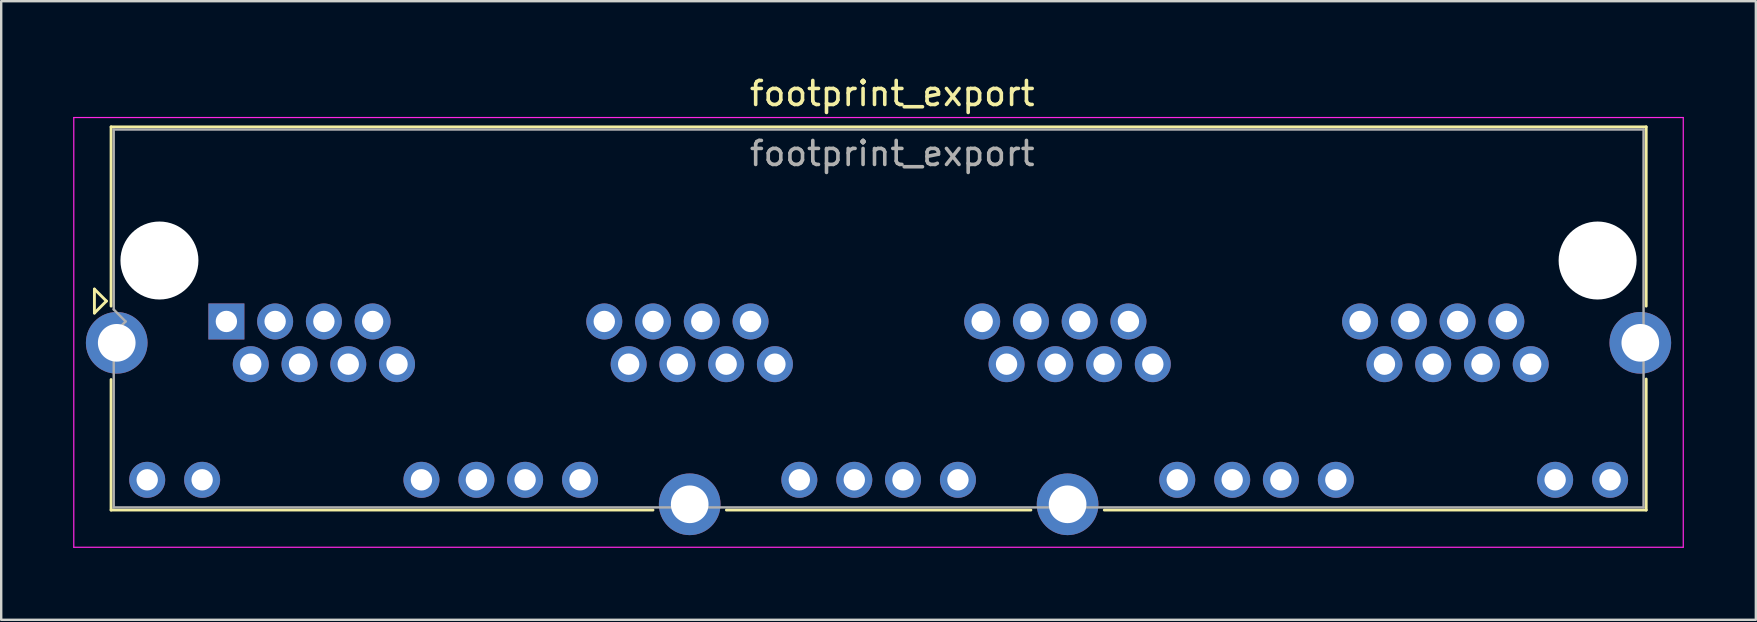
<source format=kicad_pcb>
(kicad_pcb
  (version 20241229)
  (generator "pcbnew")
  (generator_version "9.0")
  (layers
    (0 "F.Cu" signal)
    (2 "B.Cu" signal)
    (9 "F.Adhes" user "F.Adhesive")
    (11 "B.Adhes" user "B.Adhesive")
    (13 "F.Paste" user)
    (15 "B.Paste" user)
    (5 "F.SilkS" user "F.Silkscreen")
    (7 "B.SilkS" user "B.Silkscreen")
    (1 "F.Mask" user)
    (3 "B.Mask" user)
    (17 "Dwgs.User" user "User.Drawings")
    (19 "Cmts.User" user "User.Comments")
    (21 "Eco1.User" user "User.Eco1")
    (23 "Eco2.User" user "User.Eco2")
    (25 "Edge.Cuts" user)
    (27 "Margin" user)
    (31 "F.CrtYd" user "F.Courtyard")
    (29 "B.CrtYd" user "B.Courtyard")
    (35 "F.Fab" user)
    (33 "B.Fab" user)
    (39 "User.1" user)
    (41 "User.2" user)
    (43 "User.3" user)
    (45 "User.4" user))
  (footprint "footprint_export"
    (layer "F.Cu")
    (at 6.385 10.348)
    (property "Reference" "footprint_export" (at 27.75 -9.5 0) (layer "F.SilkS") (effects (font (size 1 1) (thickness 0.15))))
    (attr through_hole)
    (fp_line (start -5.5 -1.35) (end -5 -0.85) (stroke (width 0.12) (type solid)) (layer "F.SilkS"))
    (fp_line (start -5.5 -0.35) (end -5.5 -1.35) (stroke (width 0.12) (type solid)) (layer "F.SilkS"))
    (fp_line (start -5 -0.85) (end -5.5 -0.35) (stroke (width 0.12) (type solid)) (layer "F.SilkS"))
    (fp_line (start -4.805 -8.11) (end -4.805 -0.64) (stroke (width 0.12) (type solid)) (layer "F.SilkS"))
    (fp_line (start -4.805 -8.11) (end 59.175 -8.11) (stroke (width 0.12) (type solid)) (layer "F.SilkS"))
    (fp_line (start -4.805 7.86) (end -4.805 2.42) (stroke (width 0.12) (type solid)) (layer "F.SilkS"))
    (fp_line (start -4.805 7.86) (end 17.78 7.86) (stroke (width 0.12) (type solid)) (layer "F.SilkS"))
    (fp_line (start 33.53 7.86) (end 20.84 7.86) (stroke (width 0.12) (type solid)) (layer "F.SilkS"))
    (fp_line (start 36.59 7.86) (end 59.175 7.86) (stroke (width 0.12) (type solid)) (layer "F.SilkS"))
    (fp_line (start 59.175 -8.11) (end 59.175 -0.64) (stroke (width 0.12) (type solid)) (layer "F.SilkS"))
    (fp_line (start 59.175 7.86) (end 59.175 2.4) (stroke (width 0.12) (type solid)) (layer "F.SilkS"))
    (fp_line (start -6.36 -8.5) (end -6.36 9.41) (stroke (width 0.05) (type solid)) (layer "F.CrtYd"))
    (fp_line (start -6.36 -8.5) (end 60.72 -8.5) (stroke (width 0.05) (type solid)) (layer "F.CrtYd"))
    (fp_line (start -6.36 9.41) (end 60.72 9.41) (stroke (width 0.05) (type solid)) (layer "F.CrtYd"))
    (fp_line (start 60.72 -8.5) (end 60.72 9.41) (stroke (width 0.05) (type solid)) (layer "F.CrtYd"))
    (fp_line (start -4.695 -8) (end -4.695 -0.5) (stroke (width 0.1) (type solid)) (layer "F.Fab"))
    (fp_line (start -4.695 -8) (end 59.065 -8) (stroke (width 0.1) (type solid)) (layer "F.Fab"))
    (fp_line (start -4.695 0.5) (end -4.695 7.75) (stroke (width 0.1) (type solid)) (layer "F.Fab"))
    (fp_line (start -4.695 0.5) (end -4.2 0) (stroke (width 0.1) (type solid)) (layer "F.Fab"))
    (fp_line (start -4.695 7.75) (end 59.065 7.75) (stroke (width 0.1) (type solid)) (layer "F.Fab"))
    (fp_line (start -4.2 0) (end -4.695 -0.5) (stroke (width 0.1) (type solid)) (layer "F.Fab"))
    (fp_line (start 59.065 -8) (end 59.065 7.75) (stroke (width 0.1) (type solid)) (layer "F.Fab"))
    (fp_text user "${REFERENCE}" (at 27.75 -7 0) (layer "F.Fab") (effects (font (size 1 1) (thickness 0.15))))
    (pad "" np_thru_hole circle (at -2.79 -2.54) (size 3.25 3.25) (drill 3.25) (layers "*.Cu" "*.Mask"))
    (pad "" np_thru_hole circle (at 57.15 -2.54) (size 3.25 3.25) (drill 3.25) (layers "*.Cu" "*.Mask"))
    (pad "1" thru_hole rect (at 0 0) (size 1.5 1.5) (drill 0.89) (layers "*.Cu" "*.Mask"))
    (pad "2" thru_hole circle (at 1.016 1.78) (size 1.5 1.5) (drill 0.89) (layers "*.Cu" "*.Mask"))
    (pad "3" thru_hole circle (at 2.032 0) (size 1.5 1.5) (drill 0.89) (layers "*.Cu" "*.Mask"))
    (pad "4" thru_hole circle (at 3.048 1.78) (size 1.5 1.5) (drill 0.89) (layers "*.Cu" "*.Mask"))
    (pad "5" thru_hole circle (at 4.064 0) (size 1.5 1.5) (drill 0.89) (layers "*.Cu" "*.Mask"))
    (pad "6" thru_hole circle (at 5.08 1.78) (size 1.5 1.5) (drill 0.89) (layers "*.Cu" "*.Mask"))
    (pad "7" thru_hole circle (at 6.096 0) (size 1.5 1.5) (drill 0.89) (layers "*.Cu" "*.Mask"))
    (pad "8" thru_hole circle (at 7.112 1.78) (size 1.5 1.5) (drill 0.89) (layers "*.Cu" "*.Mask"))
    (pad "9" thru_hole circle (at -3.3 6.6) (size 1.5 1.5) (drill 0.89) (layers "*.Cu" "*.Mask"))
    (pad "10" thru_hole circle (at -1.01 6.6) (size 1.5 1.5) (drill 0.89) (layers "*.Cu" "*.Mask"))
    (pad "11" thru_hole circle (at 8.13 6.6) (size 1.5 1.5) (drill 0.89) (layers "*.Cu" "*.Mask"))
    (pad "12" thru_hole circle (at 10.42 6.6) (size 1.5 1.5) (drill 0.89) (layers "*.Cu" "*.Mask"))
    (pad "13" thru_hole circle (at 15.75 0) (size 1.5 1.5) (drill 0.89) (layers "*.Cu" "*.Mask"))
    (pad "14" thru_hole circle (at 16.766 1.78) (size 1.5 1.5) (drill 0.89) (layers "*.Cu" "*.Mask"))
    (pad "15" thru_hole circle (at 17.782 0) (size 1.5 1.5) (drill 0.89) (layers "*.Cu" "*.Mask"))
    (pad "16" thru_hole circle (at 18.798 1.78) (size 1.5 1.5) (drill 0.89) (layers "*.Cu" "*.Mask"))
    (pad "17" thru_hole circle (at 19.814 0) (size 1.5 1.5) (drill 0.89) (layers "*.Cu" "*.Mask"))
    (pad "18" thru_hole circle (at 20.83 1.78) (size 1.5 1.5) (drill 0.89) (layers "*.Cu" "*.Mask"))
    (pad "19" thru_hole circle (at 21.846 0) (size 1.5 1.5) (drill 0.89) (layers "*.Cu" "*.Mask"))
    (pad "20" thru_hole circle (at 22.862 1.78) (size 1.5 1.5) (drill 0.89) (layers "*.Cu" "*.Mask"))
    (pad "21" thru_hole circle (at 12.45 6.6) (size 1.5 1.5) (drill 0.89) (layers "*.Cu" "*.Mask"))
    (pad "22" thru_hole circle (at 14.74 6.6) (size 1.5 1.5) (drill 0.89) (layers "*.Cu" "*.Mask"))
    (pad "23" thru_hole circle (at 23.88 6.6) (size 1.5 1.5) (drill 0.89) (layers "*.Cu" "*.Mask"))
    (pad "24" thru_hole circle (at 26.17 6.6) (size 1.5 1.5) (drill 0.89) (layers "*.Cu" "*.Mask"))
    (pad "25" thru_hole circle (at 31.5 0) (size 1.5 1.5) (drill 0.89) (layers "*.Cu" "*.Mask"))
    (pad "26" thru_hole circle (at 32.516 1.78) (size 1.5 1.5) (drill 0.89) (layers "*.Cu" "*.Mask"))
    (pad "27" thru_hole circle (at 33.532 0) (size 1.5 1.5) (drill 0.89) (layers "*.Cu" "*.Mask"))
    (pad "28" thru_hole circle (at 34.548 1.78) (size 1.5 1.5) (drill 0.89) (layers "*.Cu" "*.Mask"))
    (pad "29" thru_hole circle (at 35.564 0) (size 1.5 1.5) (drill 0.89) (layers "*.Cu" "*.Mask"))
    (pad "30" thru_hole circle (at 36.58 1.78) (size 1.5 1.5) (drill 0.89) (layers "*.Cu" "*.Mask"))
    (pad "31" thru_hole circle (at 37.596 0) (size 1.5 1.5) (drill 0.89) (layers "*.Cu" "*.Mask"))
    (pad "32" thru_hole circle (at 38.612 1.78) (size 1.5 1.5) (drill 0.89) (layers "*.Cu" "*.Mask"))
    (pad "33" thru_hole circle (at 28.2 6.6) (size 1.5 1.5) (drill 0.89) (layers "*.Cu" "*.Mask"))
    (pad "34" thru_hole circle (at 30.49 6.6) (size 1.5 1.5) (drill 0.89) (layers "*.Cu" "*.Mask"))
    (pad "35" thru_hole circle (at 39.63 6.6) (size 1.5 1.5) (drill 0.89) (layers "*.Cu" "*.Mask"))
    (pad "36" thru_hole circle (at 41.92 6.6) (size 1.5 1.5) (drill 0.89) (layers "*.Cu" "*.Mask"))
    (pad "37" thru_hole circle (at 47.25 0) (size 1.5 1.5) (drill 0.89) (layers "*.Cu" "*.Mask"))
    (pad "38" thru_hole circle (at 48.266 1.78) (size 1.5 1.5) (drill 0.89) (layers "*.Cu" "*.Mask"))
    (pad "39" thru_hole circle (at 49.282 0) (size 1.5 1.5) (drill 0.89) (layers "*.Cu" "*.Mask"))
    (pad "40" thru_hole circle (at 50.298 1.78) (size 1.5 1.5) (drill 0.89) (layers "*.Cu" "*.Mask"))
    (pad "41" thru_hole circle (at 51.314 0) (size 1.5 1.5) (drill 0.89) (layers "*.Cu" "*.Mask"))
    (pad "42" thru_hole circle (at 52.33 1.78) (size 1.5 1.5) (drill 0.89) (layers "*.Cu" "*.Mask"))
    (pad "43" thru_hole circle (at 53.346 0) (size 1.5 1.5) (drill 0.89) (layers "*.Cu" "*.Mask"))
    (pad "44" thru_hole circle (at 54.362 1.78) (size 1.5 1.5) (drill 0.89) (layers "*.Cu" "*.Mask"))
    (pad "45" thru_hole circle (at 43.95 6.6) (size 1.5 1.5) (drill 0.89) (layers "*.Cu" "*.Mask"))
    (pad "46" thru_hole circle (at 46.24 6.6) (size 1.5 1.5) (drill 0.89) (layers "*.Cu" "*.Mask"))
    (pad "47" thru_hole circle (at 55.38 6.6) (size 1.5 1.5) (drill 0.89) (layers "*.Cu" "*.Mask"))
    (pad "48" thru_hole circle (at 57.67 6.6) (size 1.5 1.5) (drill 0.89) (layers "*.Cu" "*.Mask"))
    (pad "SH" thru_hole circle (at -4.57 0.89) (size 2.57 2.57) (drill 1.57) (layers "*.Cu" "*.Mask"))
    (pad "SH" thru_hole circle (at 19.31 7.62) (size 2.57 2.57) (drill 1.57) (layers "*.Cu" "*.Mask"))
    (pad "SH" thru_hole circle (at 35.06 7.62) (size 2.57 2.57) (drill 1.57) (layers "*.Cu" "*.Mask"))
    (pad "SH" thru_hole circle (at 58.93 0.89) (size 2.57 2.57) (drill 1.57) (layers "*.Cu" "*.Mask")))
  (gr_rect
    (start -3 -3)
    (end 70.13 22.783)
    (stroke (width 0.1) (type default))
    (fill no)
    (layer "Edge.Cuts")))
</source>
